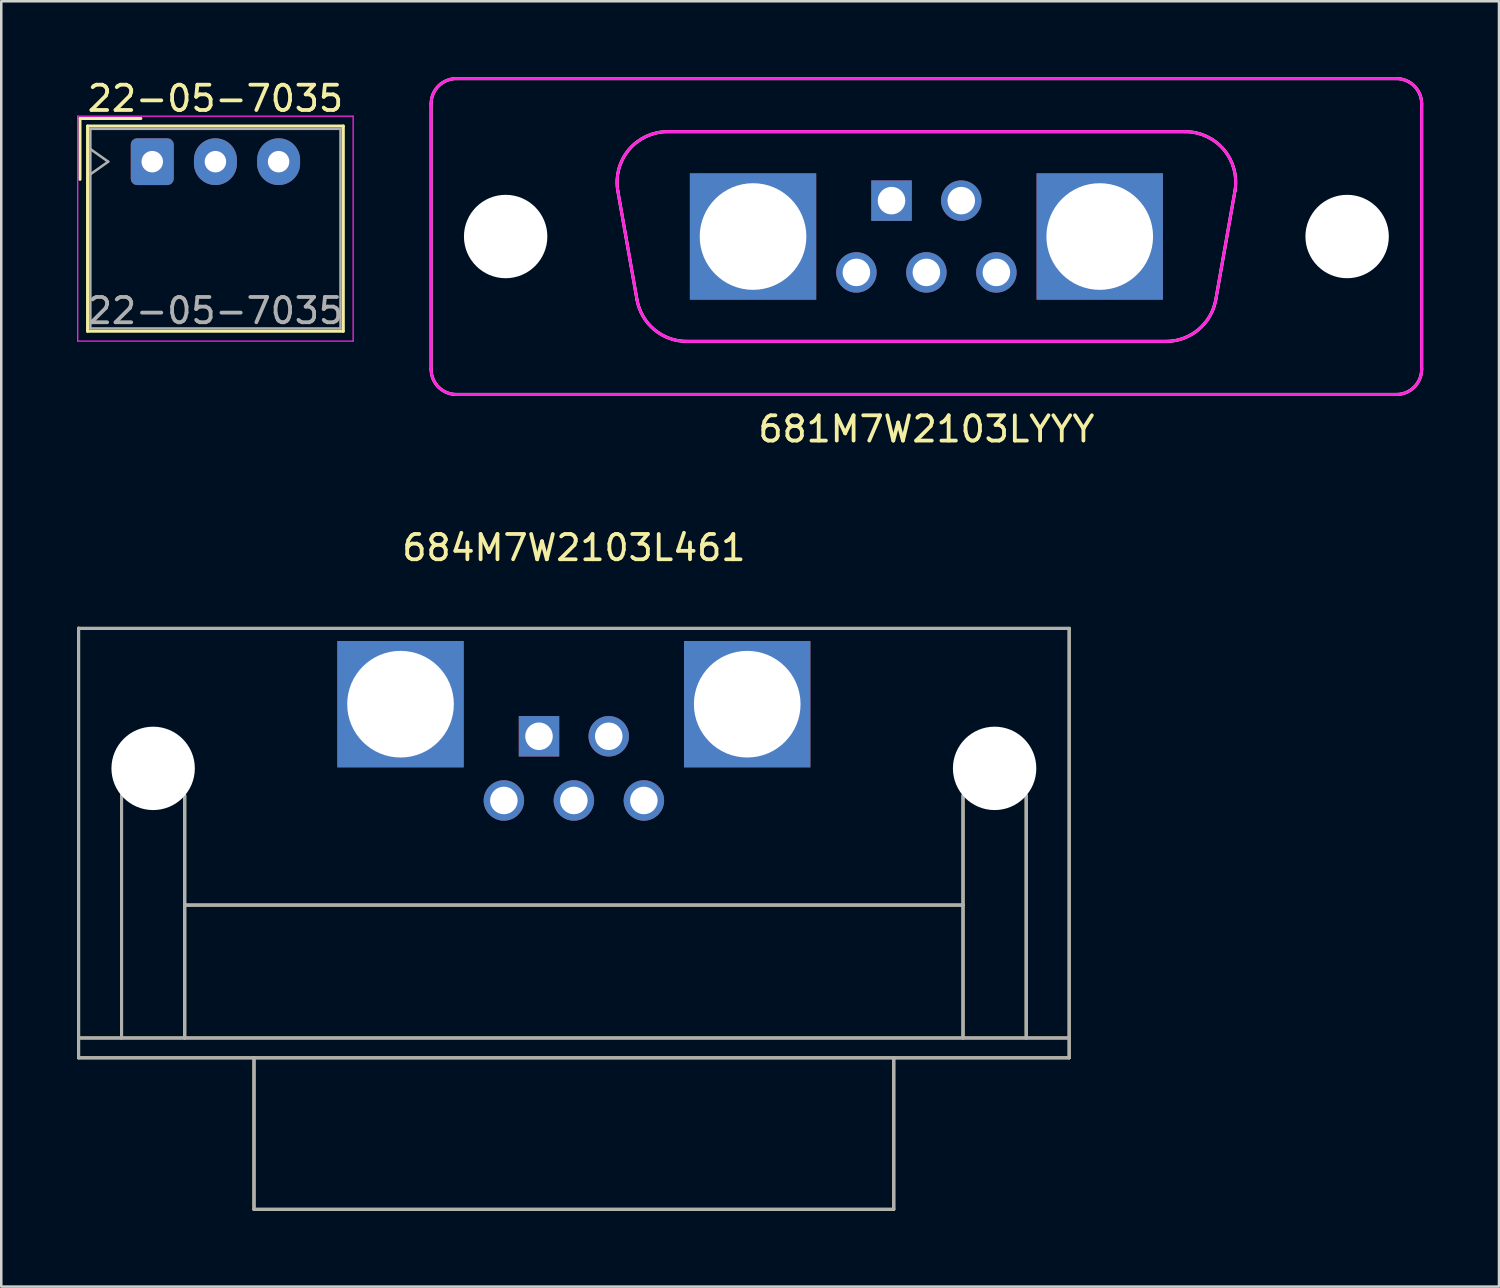
<source format=kicad_pcb>
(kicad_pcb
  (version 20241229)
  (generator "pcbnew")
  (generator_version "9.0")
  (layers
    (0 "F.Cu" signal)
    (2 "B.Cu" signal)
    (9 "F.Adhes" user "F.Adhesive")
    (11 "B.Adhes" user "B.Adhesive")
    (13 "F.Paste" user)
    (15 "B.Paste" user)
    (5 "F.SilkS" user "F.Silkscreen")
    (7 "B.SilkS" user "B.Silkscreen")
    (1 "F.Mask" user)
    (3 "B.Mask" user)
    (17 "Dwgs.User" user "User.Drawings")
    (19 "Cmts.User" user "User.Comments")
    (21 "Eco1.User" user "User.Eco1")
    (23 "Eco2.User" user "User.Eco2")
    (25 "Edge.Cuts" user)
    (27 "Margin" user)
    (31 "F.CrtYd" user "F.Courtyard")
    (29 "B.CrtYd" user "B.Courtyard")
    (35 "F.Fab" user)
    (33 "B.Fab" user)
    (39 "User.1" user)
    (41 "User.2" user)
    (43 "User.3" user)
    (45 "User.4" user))
  (footprint "684M7W2103L461"
    (layer "F.Cu")
    (at 19.66 28.627)
    (property "Reference" "684M7W2103L461" (at 0 -10 0) (layer "F.SilkS") (effects (font (size 1 1) (thickness 0.15))))
    (attr through_hole)
    (fp_line (start -19.6 9.398) (end 19.6 9.398) (stroke (width 0.12) (type solid)) (layer "F.SilkS"))
    (fp_line (start -19.6 10.185) (end -19.6 -6.81) (stroke (width 0.12) (type solid)) (layer "F.SilkS"))
    (fp_line (start -19.6 10.185) (end 19.6 10.185) (stroke (width 0.12) (type solid)) (layer "F.SilkS"))
    (fp_line (start -17.9 -0.2) (end -17.9 9.398) (stroke (width 0.12) (type solid)) (layer "F.SilkS"))
    (fp_line (start -15.4 4.14) (end 15.4 4.14) (stroke (width 0.12) (type solid)) (layer "F.SilkS"))
    (fp_line (start -15.4 9.398) (end -15.4 -0.2) (stroke (width 0.12) (type solid)) (layer "F.SilkS"))
    (fp_line (start -12.659 10.185) (end -12.659 16.179) (stroke (width 0.12) (type solid)) (layer "F.SilkS"))
    (fp_line (start -12.659 16.179) (end 12.659 16.179) (stroke (width 0.12) (type solid)) (layer "F.SilkS"))
    (fp_line (start 12.659 10.185) (end 12.659 16.179) (stroke (width 0.12) (type solid)) (layer "F.SilkS"))
    (fp_line (start 15.4 -0.2) (end 15.4 9.398) (stroke (width 0.12) (type solid)) (layer "F.SilkS"))
    (fp_line (start 17.9 9.398) (end 17.9 -0.2) (stroke (width 0.12) (type solid)) (layer "F.SilkS"))
    (fp_line (start 19.6 -6.81) (end -19.6 -6.81) (stroke (width 0.12) (type solid)) (layer "F.SilkS"))
    (fp_line (start 19.6 -6.81) (end 19.6 10.185) (stroke (width 0.12) (type solid)) (layer "F.SilkS"))
    (fp_line (start -19.6 -6.81) (end 19.6 -6.81) (stroke (width 0.12) (type solid)) (layer "F.Fab"))
    (fp_line (start -19.6 10.185) (end -19.6 -6.825) (stroke (width 0.12) (type solid)) (layer "F.Fab"))
    (fp_line (start -17.9 9.4) (end -17.9 -0.2) (stroke (width 0.12) (type solid)) (layer "F.Fab"))
    (fp_line (start -15.4 -0.2) (end -15.4 9.4) (stroke (width 0.12) (type solid)) (layer "F.Fab"))
    (fp_line (start -15.4 4.14) (end 15.4 4.14) (stroke (width 0.12) (type solid)) (layer "F.Fab"))
    (fp_line (start -12.659 10.185) (end -12.659 16.179) (stroke (width 0.12) (type solid)) (layer "F.Fab"))
    (fp_line (start -12.659 16.179) (end 12.659 16.179) (stroke (width 0.12) (type solid)) (layer "F.Fab"))
    (fp_line (start 12.659 16.179) (end 12.659 10.179) (stroke (width 0.12) (type solid)) (layer "F.Fab"))
    (fp_line (start 15.4 -0.2) (end 15.4 9.4) (stroke (width 0.12) (type solid)) (layer "F.Fab"))
    (fp_line (start 17.9 9.4) (end 17.9 -0.2) (stroke (width 0.12) (type solid)) (layer "F.Fab"))
    (fp_line (start 19.6 -6.81) (end 19.6 10.185) (stroke (width 0.12) (type solid)) (layer "F.Fab"))
    (fp_line (start 19.6 9.398) (end -19.6 9.398) (stroke (width 0.12) (type solid)) (layer "F.Fab"))
    (fp_line (start 19.6 10.185) (end -19.6 10.185) (stroke (width 0.12) (type solid)) (layer "F.Fab"))
    (pad "" np_thru_hole circle (at -16.65 -1.27) (size 3.3 3.3) (drill 3.3) (layers "*.Cu" "*.Mask"))
    (pad "" np_thru_hole circle (at 16.65 -1.27) (size 3.3 3.3) (drill 3.3) (layers "*.Cu" "*.Mask"))
    (pad "1" thru_hole rect (at -1.38 -2.54) (size 1.6 1.6) (drill 1.09) (layers "*.Cu" "*.Mask"))
    (pad "2" thru_hole circle (at 1.38 -2.54) (size 1.6 1.6) (drill 1.09) (layers "*.Cu" "*.Mask"))
    (pad "3" thru_hole circle (at -2.77 0) (size 1.6 1.6) (drill 1.09) (layers "*.Cu" "*.Mask"))
    (pad "4" thru_hole circle (at 0 0) (size 1.6 1.6) (drill 1.09) (layers "*.Cu" "*.Mask"))
    (pad "5" thru_hole circle (at 2.77 0) (size 1.6 1.6) (drill 1.09) (layers "*.Cu" "*.Mask"))
    (pad "A1" thru_hole rect (at -6.86 -3.81) (size 5 5) (drill 4.22) (layers "*.Cu" "*.Mask"))
    (pad "A2" thru_hole rect (at 6.86 -3.81) (size 5 5) (drill 4.22) (layers "*.Cu" "*.Mask")))
  (footprint "681M7W2103LYYY"
    (layer "F.Cu")
    (at 33.61 6.31)
    (property "Reference" "681M7W2103LYYY" (at 0 7.62 0) (layer "F.SilkS") (effects (font (size 1 1) (thickness 0.15))))
    (attr through_hole)
    (fp_line (start -19.6 5.25) (end -19.6 -5.25) (stroke (width 0.12) (type solid)) (layer "F.SilkS"))
    (fp_line (start -18.6 -6.25) (end 18.6 -6.25) (stroke (width 0.12) (type solid)) (layer "F.SilkS"))
    (fp_line (start -11.453 2.497) (end -12.211 -1.803) (stroke (width 0.12) (type solid)) (layer "F.SilkS"))
    (fp_line (start -10.241 -4.15) (end 10.241 -4.15) (stroke (width 0.12) (type solid)) (layer "F.SilkS"))
    (fp_line (start 9.483 4.15) (end -9.484 4.15) (stroke (width 0.12) (type solid)) (layer "F.SilkS"))
    (fp_line (start 12.211 -1.803) (end 11.453 2.497) (stroke (width 0.12) (type solid)) (layer "F.SilkS"))
    (fp_line (start 18.6 6.25) (end -18.6 6.25) (stroke (width 0.12) (type solid)) (layer "F.SilkS"))
    (fp_line (start 19.6 -5.25) (end 19.6 5.25) (stroke (width 0.12) (type solid)) (layer "F.SilkS"))
    (fp_arc (start -19.6 -5.25) (mid -19.307107 -5.957107) (end -18.6 -6.25) (stroke (width 0.12) (type solid)) (layer "F.SilkS"))
    (fp_arc (start -18.6 6.25) (mid -19.307107 5.957107) (end -19.6 5.25) (stroke (width 0.12) (type solid)) (layer "F.SilkS"))
    (fp_arc (start -12.210616 -1.802704) (mid -11.773089 -3.435576) (end -10.241 -4.15) (stroke (width 0.12) (type solid)) (layer "F.SilkS"))
    (fp_arc (start -9.483654 4.150275) (mid -10.769253 3.681879) (end -11.453 2.4967) (stroke (width 0.12) (type solid)) (layer "F.SilkS"))
    (fp_arc (start 10.240641 -4.150327) (mid 11.773109 -3.43606) (end 12.211 -1.803) (stroke (width 0.12) (type solid)) (layer "F.SilkS"))
    (fp_arc (start 11.452616 2.497296) (mid 10.768576 3.682089) (end 9.483 4.15) (stroke (width 0.12) (type solid)) (layer "F.SilkS"))
    (fp_arc (start 18.6 -6.25) (mid 19.307107 -5.957107) (end 19.6 -5.25) (stroke (width 0.12) (type solid)) (layer "F.SilkS"))
    (fp_arc (start 19.6 5.25) (mid 19.307107 5.957107) (end 18.6 6.25) (stroke (width 0.12) (type solid)) (layer "F.SilkS"))
    (fp_line (start -19.6 5.25) (end -19.6 -5.25) (stroke (width 0.12) (type solid)) (layer "F.CrtYd"))
    (fp_line (start -18.6 -6.25) (end 18.6 -6.25) (stroke (width 0.12) (type solid)) (layer "F.CrtYd"))
    (fp_line (start -11.453 2.497) (end -12.211 -1.803) (stroke (width 0.12) (type solid)) (layer "F.CrtYd"))
    (fp_line (start 9.483 4.15) (end -9.483 4.15) (stroke (width 0.12) (type solid)) (layer "F.CrtYd"))
    (fp_line (start 10.241 -4.15) (end -10.241 -4.15) (stroke (width 0.12) (type solid)) (layer "F.CrtYd"))
    (fp_line (start 12.211 -1.81) (end 11.453 2.497) (stroke (width 0.12) (type solid)) (layer "F.CrtYd"))
    (fp_line (start 18.6 6.25) (end -18.6 6.25) (stroke (width 0.12) (type solid)) (layer "F.CrtYd"))
    (fp_line (start 19.6 -5.25) (end 19.6 5.25) (stroke (width 0.12) (type solid)) (layer "F.CrtYd"))
    (fp_arc (start -19.6 -5.25) (mid -19.307107 -5.957107) (end -18.6 -6.25) (stroke (width 0.12) (type solid)) (layer "F.CrtYd"))
    (fp_arc (start -18.6 6.25) (mid -19.307107 5.957107) (end -19.6 5.25) (stroke (width 0.12) (type solid)) (layer "F.CrtYd"))
    (fp_arc (start -12.210614 -1.802703) (mid -11.773088 -3.435574) (end -10.241001 -4.149999) (stroke (width 0.12) (type solid)) (layer "F.CrtYd"))
    (fp_arc (start -9.483359 4.150327) (mid -10.76906 3.682109) (end -11.453 2.497) (stroke (width 0.12) (type solid)) (layer "F.CrtYd"))
    (fp_arc (start 10.233452 -4.14906) (mid 11.767517 -3.440753) (end 12.211 -1.8103) (stroke (width 0.12) (type solid)) (layer "F.CrtYd"))
    (fp_arc (start 11.452616 2.497296) (mid 10.768576 3.682089) (end 9.483 4.15) (stroke (width 0.12) (type solid)) (layer "F.CrtYd"))
    (fp_arc (start 18.6 -6.25) (mid 19.307107 -5.957107) (end 19.6 -5.25) (stroke (width 0.12) (type solid)) (layer "F.CrtYd"))
    (fp_arc (start 19.6 5.25) (mid 19.307107 5.957107) (end 18.6 6.25) (stroke (width 0.12) (type solid)) (layer "F.CrtYd"))
    (pad "" np_thru_hole circle (at -16.65 0) (size 3.3 3.3) (drill 3.3) (layers "*.Cu" "*.Mask"))
    (pad "" np_thru_hole circle (at 16.65 0) (size 3.3 3.3) (drill 3.3) (layers "*.Cu" "*.Mask"))
    (pad "1" thru_hole rect (at -1.38 -1.42) (size 1.6 1.6) (drill 1.09) (layers "*.Cu" "*.Mask"))
    (pad "2" thru_hole circle (at 1.38 -1.42) (size 1.6 1.6) (drill 1.09) (layers "*.Cu" "*.Mask"))
    (pad "3" thru_hole circle (at -2.77 1.42) (size 1.6 1.6) (drill 1.09) (layers "*.Cu" "*.Mask"))
    (pad "4" thru_hole circle (at 0 1.42) (size 1.6 1.6) (drill 1.09) (layers "*.Cu" "*.Mask"))
    (pad "5" thru_hole circle (at 2.77 1.42) (size 1.6 1.6) (drill 1.09) (layers "*.Cu" "*.Mask"))
    (pad "A1" thru_hole rect (at -6.86 0) (size 5 5) (drill 4.22) (layers "*.Cu" "*.Mask"))
    (pad "A2" thru_hole rect (at 6.86 0) (size 5 5) (drill 4.22) (layers "*.Cu" "*.Mask")))
  (footprint "22-05-7035"
    (layer "F.Cu")
    (at 2.975 3.348)
    (property "Reference" "22-05-7035" (at 2.5 -2.5 0) (layer "F.SilkS") (effects (font (size 1 1) (thickness 0.15))))
    (attr through_hole)
    (fp_line (start -2.86 -1.71) (end -0.45 -1.71) (stroke (width 0.12) (type solid)) (layer "F.SilkS"))
    (fp_line (start -2.86 0.7) (end -2.86 -1.71) (stroke (width 0.12) (type solid)) (layer "F.SilkS"))
    (fp_line (start -2.56 -1.41) (end -2.56 6.71) (stroke (width 0.12) (type solid)) (layer "F.SilkS"))
    (fp_line (start -2.56 6.71) (end 7.56 6.71) (stroke (width 0.12) (type solid)) (layer "F.SilkS"))
    (fp_line (start 7.56 -1.41) (end -2.56 -1.41) (stroke (width 0.12) (type solid)) (layer "F.SilkS"))
    (fp_line (start 7.56 6.71) (end 7.56 -1.41) (stroke (width 0.12) (type solid)) (layer "F.SilkS"))
    (fp_line (start -2.95 -1.8) (end -2.95 7.1) (stroke (width 0.05) (type solid)) (layer "F.CrtYd"))
    (fp_line (start -2.95 7.1) (end 7.95 7.1) (stroke (width 0.05) (type solid)) (layer "F.CrtYd"))
    (fp_line (start 7.95 -1.8) (end -2.95 -1.8) (stroke (width 0.05) (type solid)) (layer "F.CrtYd"))
    (fp_line (start 7.95 7.1) (end 7.95 -1.8) (stroke (width 0.05) (type solid)) (layer "F.CrtYd"))
    (fp_line (start -2.45 -1.3) (end -2.45 6.6) (stroke (width 0.1) (type solid)) (layer "F.Fab"))
    (fp_line (start -2.45 0.5) (end -1.743 0) (stroke (width 0.1) (type solid)) (layer "F.Fab"))
    (fp_line (start -2.45 6.6) (end 7.45 6.6) (stroke (width 0.1) (type solid)) (layer "F.Fab"))
    (fp_line (start -1.743 0) (end -2.45 -0.5) (stroke (width 0.1) (type solid)) (layer "F.Fab"))
    (fp_line (start 7.45 -1.3) (end -2.45 -1.3) (stroke (width 0.1) (type solid)) (layer "F.Fab"))
    (fp_line (start 7.45 6.6) (end 7.45 -1.3) (stroke (width 0.1) (type solid)) (layer "F.Fab"))
    (fp_text user "${REFERENCE}" (at 2.5 5.9 0) (layer "F.Fab") (effects (font (size 1 1) (thickness 0.15))))
    (pad "1" thru_hole roundrect (at 0 0) (size 1.7 1.85) (drill 0.85) (layers "*.Cu" "*.Mask") (roundrect_rratio 0.147))
    (pad "2" thru_hole oval (at 2.5 0) (size 1.7 1.85) (drill 0.85) (layers "*.Cu" "*.Mask"))
    (pad "3" thru_hole oval (at 5 0) (size 1.7 1.85) (drill 0.85) (layers "*.Cu" "*.Mask")))
  (gr_rect
    (start -3 -3)
    (end 56.27 47.865)
    (stroke (width 0.1) (type default))
    (fill no)
    (layer "Edge.Cuts")))
</source>
